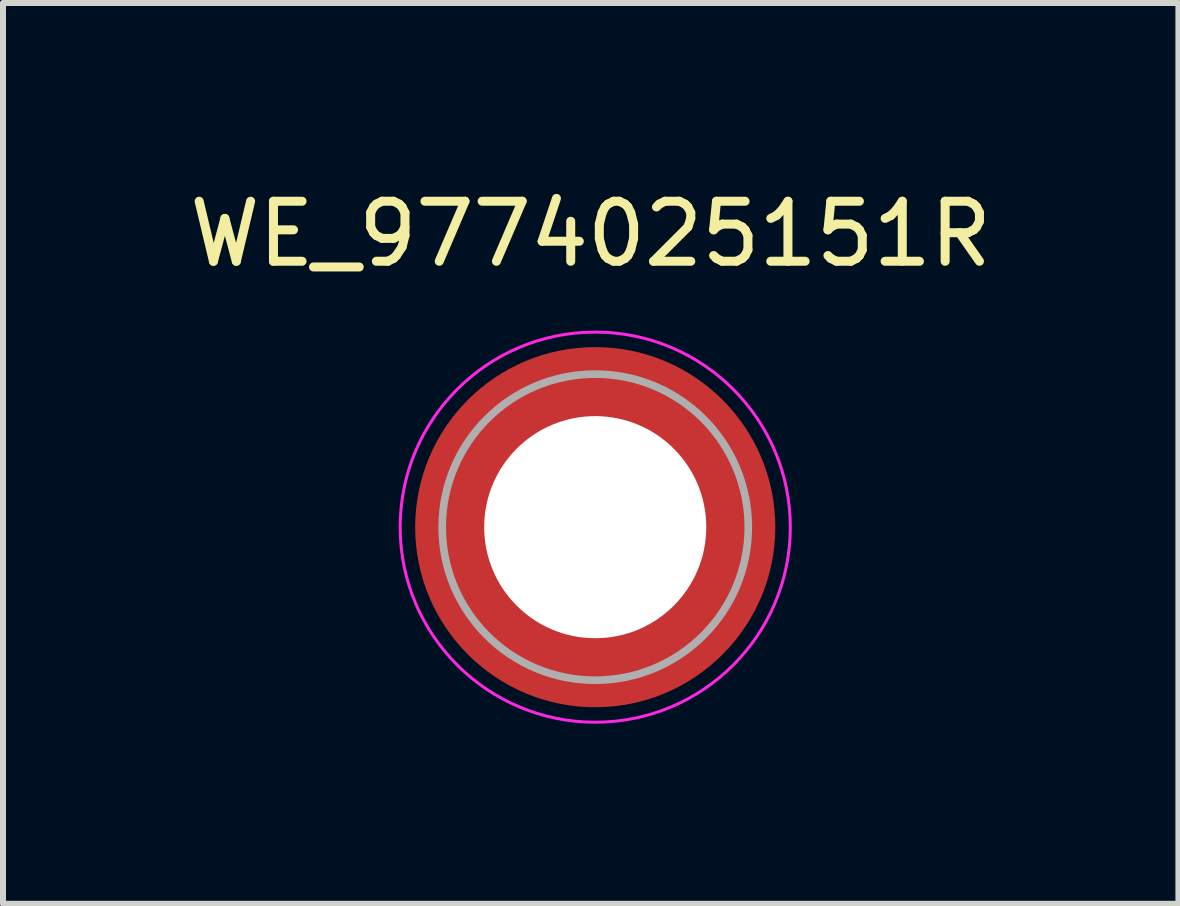
<source format=kicad_pcb>
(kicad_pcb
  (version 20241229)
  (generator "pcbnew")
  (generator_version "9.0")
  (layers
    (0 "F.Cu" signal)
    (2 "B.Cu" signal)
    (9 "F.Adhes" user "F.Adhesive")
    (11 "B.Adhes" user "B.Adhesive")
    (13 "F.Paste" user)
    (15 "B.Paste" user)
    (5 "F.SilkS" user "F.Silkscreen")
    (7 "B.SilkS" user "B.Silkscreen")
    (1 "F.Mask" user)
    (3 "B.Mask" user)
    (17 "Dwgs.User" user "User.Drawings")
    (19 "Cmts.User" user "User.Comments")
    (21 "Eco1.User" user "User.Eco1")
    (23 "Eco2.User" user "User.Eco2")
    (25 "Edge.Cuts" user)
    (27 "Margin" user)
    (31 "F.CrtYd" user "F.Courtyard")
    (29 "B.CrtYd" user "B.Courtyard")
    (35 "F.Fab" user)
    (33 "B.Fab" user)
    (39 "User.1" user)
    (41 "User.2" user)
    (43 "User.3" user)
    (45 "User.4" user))
  (footprint "WE_9774025151R"
    (layer "F.Cu")
    (at 6.867 5.733)
    (property "Reference" "WE_9774025151R" (at -0.075 -4.885 0) (layer "F.SilkS") (effects (font (size 1 1) (thickness 0.15))))
    (attr through_hole)
    (fp_poly (pts (xy -1.873 -0.325) (xy -2.901 -0.325) (xy -2.887 -0.439) (xy -2.864 -0.569) (xy -2.835 -0.698) (xy -2.801 -0.826) (xy -2.76 -0.952) (xy -2.715 -1.076) (xy -2.663 -1.198) (xy -2.606 -1.318) (xy -2.544 -1.434) (xy -2.476 -1.548) (xy -2.403 -1.659) (xy -2.326 -1.766) (xy -2.243 -1.87) (xy -2.156 -1.969) (xy -2.065 -2.065) (xy -1.969 -2.156) (xy -1.87 -2.243) (xy -1.766 -2.326) (xy -1.659 -2.403) (xy -1.548 -2.476) (xy -1.434 -2.544) (xy -1.318 -2.606) (xy -1.198 -2.663) (xy -1.076 -2.715) (xy -0.952 -2.76) (xy -0.826 -2.801) (xy -0.698 -2.835) (xy -0.569 -2.864) (xy -0.439 -2.887) (xy -0.325 -2.901) (xy -0.325 -1.872) (xy -0.401 -1.857) (xy -0.477 -1.839) (xy -0.551 -1.818) (xy -0.625 -1.793) (xy -0.698 -1.766) (xy -0.77 -1.736) (xy -0.84 -1.703) (xy -0.909 -1.667) (xy -0.976 -1.628) (xy -1.042 -1.587) (xy -1.106 -1.543) (xy -1.168 -1.497) (xy -1.228 -1.447) (xy -1.287 -1.396) (xy -1.343 -1.342) (xy -1.397 -1.286) (xy -1.448 -1.228) (xy -1.497 -1.168) (xy -1.544 -1.106) (xy -1.588 -1.042) (xy -1.629 -0.976) (xy -1.668 -0.908) (xy -1.704 -0.839) (xy -1.737 -0.769) (xy -1.767 -0.698) (xy -1.794 -0.625) (xy -1.818 -0.551) (xy -1.839 -0.476) (xy -1.857 -0.401) (xy -1.873 -0.325) (xy -1.873 -0.325)) (stroke (width 0.01) (type solid)) (fill yes) (layer "F.Paste"))
    (fp_poly (pts (xy -0.325 1.873) (xy -0.325 2.901) (xy -0.439 2.887) (xy -0.569 2.864) (xy -0.698 2.835) (xy -0.826 2.801) (xy -0.952 2.76) (xy -1.076 2.715) (xy -1.198 2.663) (xy -1.318 2.606) (xy -1.434 2.544) (xy -1.548 2.476) (xy -1.659 2.403) (xy -1.766 2.326) (xy -1.87 2.243) (xy -1.969 2.156) (xy -2.065 2.065) (xy -2.156 1.969) (xy -2.243 1.87) (xy -2.326 1.766) (xy -2.403 1.659) (xy -2.476 1.548) (xy -2.544 1.434) (xy -2.606 1.318) (xy -2.663 1.198) (xy -2.715 1.076) (xy -2.76 0.952) (xy -2.801 0.826) (xy -2.835 0.698) (xy -2.864 0.569) (xy -2.887 0.439) (xy -2.901 0.325) (xy -1.872 0.325) (xy -1.857 0.401) (xy -1.839 0.477) (xy -1.818 0.551) (xy -1.793 0.625) (xy -1.766 0.698) (xy -1.736 0.77) (xy -1.703 0.84) (xy -1.667 0.909) (xy -1.628 0.976) (xy -1.587 1.042) (xy -1.543 1.106) (xy -1.497 1.168) (xy -1.447 1.228) (xy -1.396 1.287) (xy -1.342 1.343) (xy -1.286 1.397) (xy -1.228 1.448) (xy -1.168 1.497) (xy -1.106 1.544) (xy -1.042 1.588) (xy -0.976 1.629) (xy -0.908 1.668) (xy -0.839 1.704) (xy -0.769 1.737) (xy -0.698 1.767) (xy -0.625 1.794) (xy -0.551 1.818) (xy -0.476 1.839) (xy -0.401 1.857) (xy -0.325 1.873) (xy -0.325 1.873)) (stroke (width 0.01) (type solid)) (fill yes) (layer "F.Paste"))
    (fp_poly (pts (xy 0.325 -1.873) (xy 0.325 -2.901) (xy 0.439 -2.887) (xy 0.569 -2.864) (xy 0.698 -2.835) (xy 0.826 -2.801) (xy 0.952 -2.76) (xy 1.076 -2.715) (xy 1.198 -2.663) (xy 1.318 -2.606) (xy 1.434 -2.544) (xy 1.548 -2.476) (xy 1.659 -2.403) (xy 1.766 -2.326) (xy 1.87 -2.243) (xy 1.969 -2.156) (xy 2.065 -2.065) (xy 2.156 -1.969) (xy 2.243 -1.87) (xy 2.326 -1.766) (xy 2.403 -1.659) (xy 2.476 -1.548) (xy 2.544 -1.434) (xy 2.606 -1.318) (xy 2.663 -1.198) (xy 2.715 -1.076) (xy 2.76 -0.952) (xy 2.801 -0.826) (xy 2.835 -0.698) (xy 2.864 -0.569) (xy 2.887 -0.439) (xy 2.901 -0.325) (xy 1.872 -0.325) (xy 1.857 -0.401) (xy 1.839 -0.477) (xy 1.818 -0.551) (xy 1.793 -0.625) (xy 1.766 -0.698) (xy 1.736 -0.77) (xy 1.703 -0.84) (xy 1.667 -0.909) (xy 1.628 -0.976) (xy 1.587 -1.042) (xy 1.543 -1.106) (xy 1.497 -1.168) (xy 1.447 -1.228) (xy 1.396 -1.287) (xy 1.342 -1.343) (xy 1.286 -1.397) (xy 1.228 -1.448) (xy 1.168 -1.497) (xy 1.106 -1.544) (xy 1.042 -1.588) (xy 0.976 -1.629) (xy 0.908 -1.668) (xy 0.839 -1.704) (xy 0.769 -1.737) (xy 0.698 -1.767) (xy 0.625 -1.794) (xy 0.551 -1.818) (xy 0.476 -1.839) (xy 0.401 -1.857) (xy 0.325 -1.873) (xy 0.325 -1.873)) (stroke (width 0.01) (type solid)) (fill yes) (layer "F.Paste"))
    (fp_poly (pts (xy 1.873 0.325) (xy 2.901 0.325) (xy 2.887 0.439) (xy 2.864 0.569) (xy 2.835 0.698) (xy 2.801 0.826) (xy 2.76 0.952) (xy 2.715 1.076) (xy 2.663 1.198) (xy 2.606 1.318) (xy 2.544 1.434) (xy 2.476 1.548) (xy 2.403 1.659) (xy 2.326 1.766) (xy 2.243 1.87) (xy 2.156 1.969) (xy 2.065 2.065) (xy 1.969 2.156) (xy 1.87 2.243) (xy 1.766 2.326) (xy 1.659 2.403) (xy 1.548 2.476) (xy 1.434 2.544) (xy 1.318 2.606) (xy 1.198 2.663) (xy 1.076 2.715) (xy 0.952 2.76) (xy 0.826 2.801) (xy 0.698 2.835) (xy 0.569 2.864) (xy 0.439 2.887) (xy 0.325 2.901) (xy 0.325 1.872) (xy 0.401 1.857) (xy 0.477 1.839) (xy 0.551 1.818) (xy 0.625 1.793) (xy 0.698 1.766) (xy 0.77 1.736) (xy 0.84 1.703) (xy 0.909 1.667) (xy 0.976 1.628) (xy 1.042 1.587) (xy 1.106 1.543) (xy 1.168 1.497) (xy 1.228 1.447) (xy 1.287 1.396) (xy 1.343 1.342) (xy 1.397 1.286) (xy 1.448 1.228) (xy 1.497 1.168) (xy 1.544 1.106) (xy 1.588 1.042) (xy 1.629 0.976) (xy 1.668 0.908) (xy 1.704 0.839) (xy 1.737 0.769) (xy 1.767 0.698) (xy 1.794 0.625) (xy 1.818 0.551) (xy 1.839 0.476) (xy 1.857 0.401) (xy 1.873 0.325) (xy 1.873 0.325)) (stroke (width 0.01) (type solid)) (fill yes) (layer "F.Paste"))
    (fp_circle (center 0 0) (end 3.25 0) (stroke (width 0.05) (type solid)) (fill no) (layer "F.CrtYd"))
    (fp_circle (center 0 0) (end 2.55 0) (stroke (width 0.127) (type solid)) (fill no) (layer "F.Fab"))
    (pad "" np_thru_hole circle (at 0 0) (size 3.7 3.7) (drill 3.7) (layers "*.Cu" "*.Mask"))
    (pad "1" smd circle (at 0 0) (size 6 6) (layers "F.Cu" "F.Mask")))
  (gr_rect
    (start -3 -3)
    (end 16.583 12.008)
    (stroke (width 0.1) (type default))
    (fill no)
    (layer "Edge.Cuts")))
</source>
